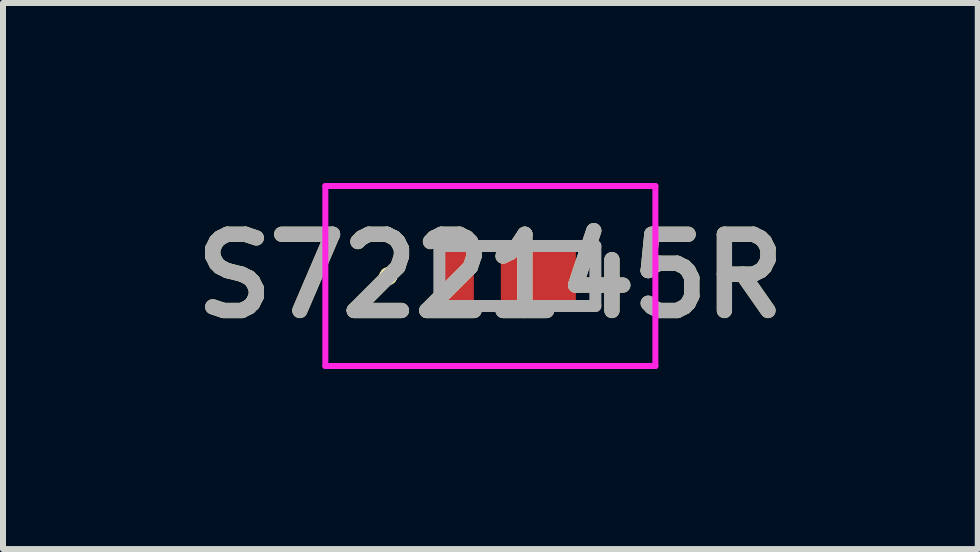
<source format=kicad_pcb>
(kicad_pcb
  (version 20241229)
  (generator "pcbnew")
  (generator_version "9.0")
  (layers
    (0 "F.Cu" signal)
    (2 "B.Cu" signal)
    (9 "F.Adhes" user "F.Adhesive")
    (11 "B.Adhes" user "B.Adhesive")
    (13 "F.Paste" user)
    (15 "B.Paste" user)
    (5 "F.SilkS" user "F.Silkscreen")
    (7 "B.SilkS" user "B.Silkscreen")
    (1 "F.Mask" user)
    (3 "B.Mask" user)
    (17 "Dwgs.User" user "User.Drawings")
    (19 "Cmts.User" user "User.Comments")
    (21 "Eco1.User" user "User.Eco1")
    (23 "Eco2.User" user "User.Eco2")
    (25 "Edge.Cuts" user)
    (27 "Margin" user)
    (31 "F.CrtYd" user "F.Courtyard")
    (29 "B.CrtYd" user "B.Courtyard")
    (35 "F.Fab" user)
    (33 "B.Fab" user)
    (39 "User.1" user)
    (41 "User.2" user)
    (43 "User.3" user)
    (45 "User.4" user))
  (footprint "S722145R"
    (layer "F.Cu")
    (at 5.572 1.55)
    (property "Reference" "S722145R" (at -0.45 0 0) (layer "F.SilkS") (effects (font (size 1.27 1.27) (thickness 0.254))))
    (attr smd)
    (fp_line (start -2.2 0) (end -2.2 0) (stroke (width 0.2) (type solid)) (layer "F.SilkS"))
    (fp_line (start -2.2 0) (end -2.2 0) (stroke (width 0.2) (type solid)) (layer "F.SilkS"))
    (fp_line (start -2.1 0) (end -2.1 0) (stroke (width 0.2) (type solid)) (layer "F.SilkS"))
    (fp_arc (start -2.2 0) (mid -2.15 -0.05) (end -2.1 0) (stroke (width 0.2) (type solid)) (layer "F.SilkS"))
    (fp_arc (start -2.1 0) (mid -2.15 0.05) (end -2.2 0) (stroke (width 0.2) (type solid)) (layer "F.SilkS"))
    (fp_arc (start -2.1 0) (mid -2.15 0.05) (end -2.2 0) (stroke (width 0.2) (type solid)) (layer "F.SilkS"))
    (fp_line (start -3.2 -1.5) (end 2.3 -1.5) (stroke (width 0.1) (type solid)) (layer "F.CrtYd"))
    (fp_line (start -3.2 1.5) (end -3.2 -1.5) (stroke (width 0.1) (type solid)) (layer "F.CrtYd"))
    (fp_line (start 2.3 -1.5) (end 2.3 1.5) (stroke (width 0.1) (type solid)) (layer "F.CrtYd"))
    (fp_line (start 2.3 1.5) (end -3.2 1.5) (stroke (width 0.1) (type solid)) (layer "F.CrtYd"))
    (fp_line (start -1.3 -0.5) (end -1.3 0.5) (stroke (width 0.2) (type solid)) (layer "F.Fab"))
    (fp_line (start -1.3 0.5) (end 1.3 0.5) (stroke (width 0.2) (type solid)) (layer "F.Fab"))
    (fp_line (start 1.3 -0.5) (end -1.3 -0.5) (stroke (width 0.2) (type solid)) (layer "F.Fab"))
    (fp_line (start 1.3 0.5) (end 1.3 -0.5) (stroke (width 0.2) (type solid)) (layer "F.Fab"))
    (fp_text user "${REFERENCE}" (at -0.45 0 0) (layer "F.Fab") (effects (font (size 1.27 1.27) (thickness 0.254))))
    (pad "1" smd rect (at -1 0) (size 0.55 1) (layers "F.Cu" "F.Mask" "F.Paste"))
    (pad "2" smd rect (at 0.35 0 90) (size 1 1.25) (layers "F.Cu" "F.Mask" "F.Paste")))
  (gr_rect
    (start -3 -3)
    (end 13.245 6.1)
    (stroke (width 0.1) (type default))
    (fill no)
    (layer "Edge.Cuts")))
</source>
